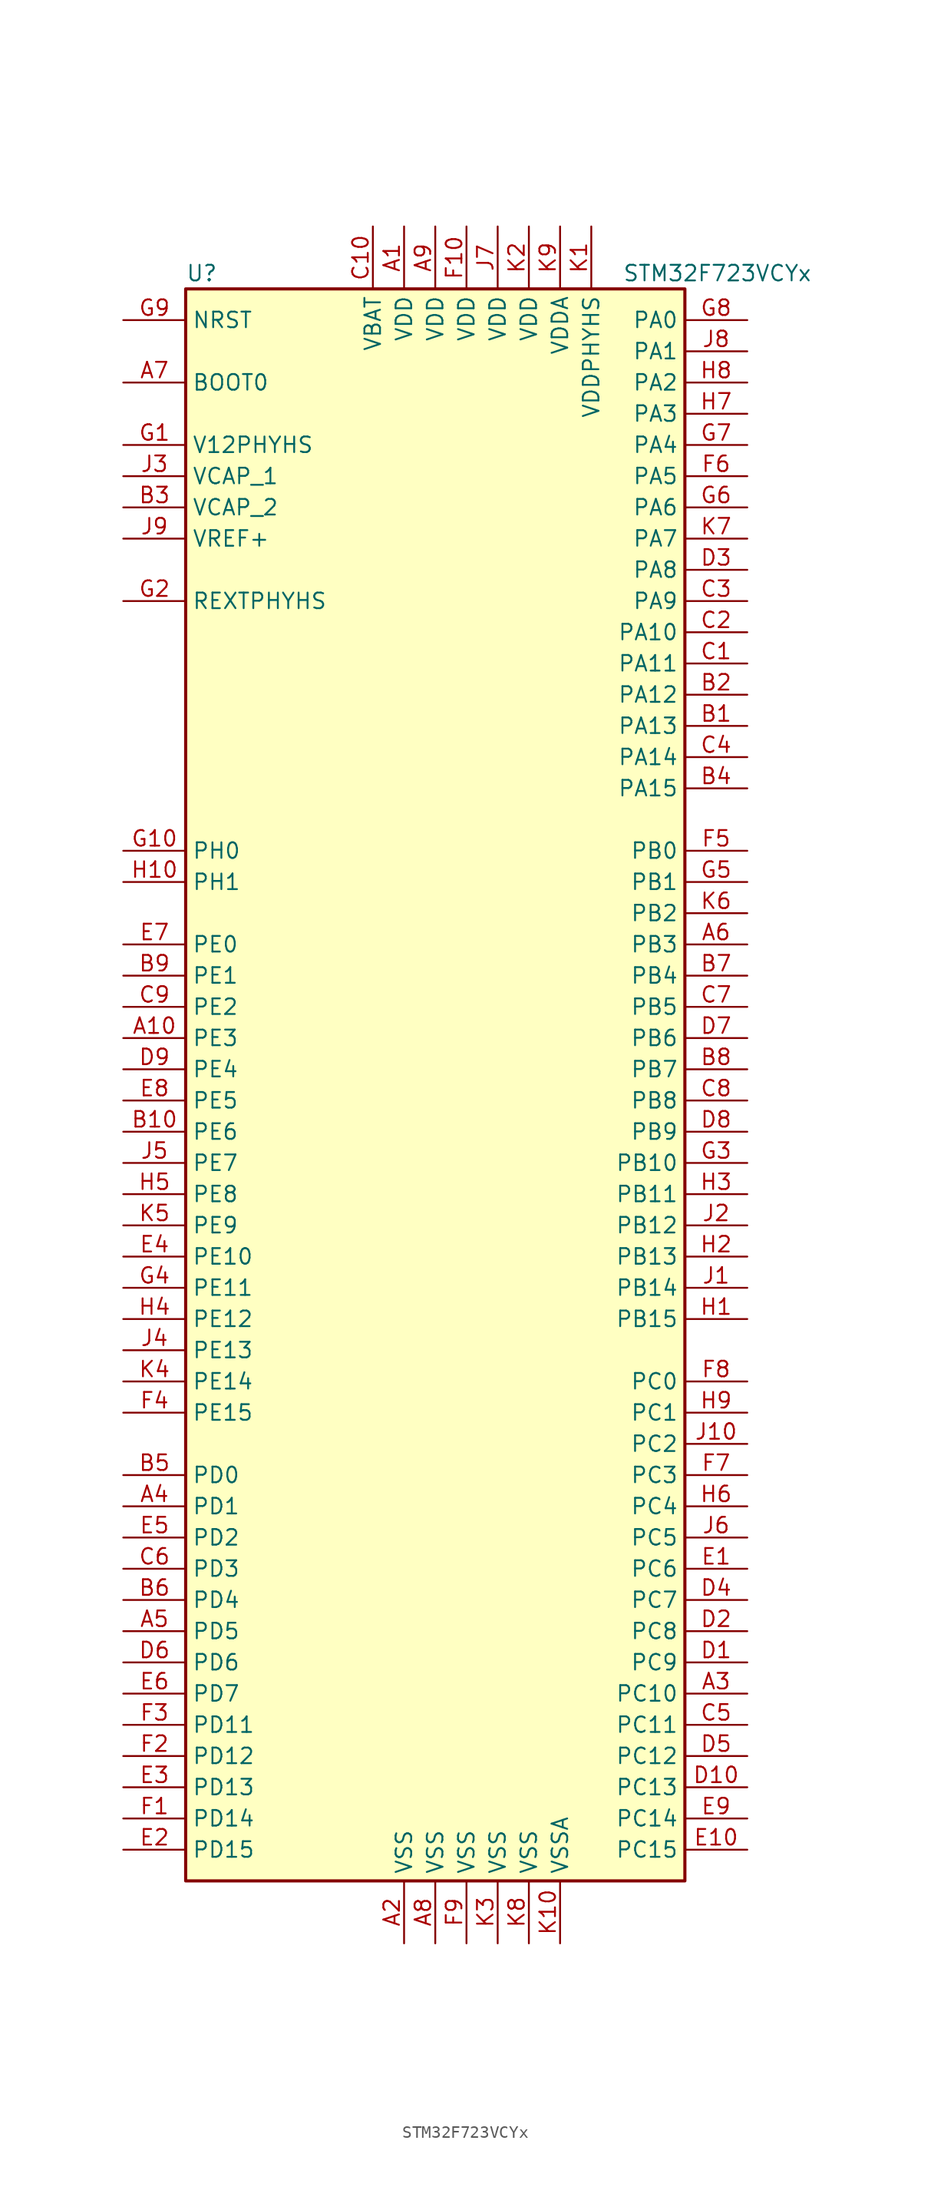
<source format=kicad_sym>
(kicad_symbol_lib
  (version 20211014)
  (generator kicad_symbol_editor)
  (symbol "STM32F723VCYx"
    (property "Reference" "U"
      (at -20.32 64.77 0)
      (effects (font (size 1.27 1.27)) (justify left)))
    (property "Value" "STM32F723VCYx"
      (at 15.24 64.77 0)
      (effects (font (size 1.27 1.27)) (justify left)))
    (symbol "STM32F723VCYx_0_1"
      (rectangle (start -20.32 -66.04) (end 20.32 63.5) (stroke (width 0.254) (type default) (color 0 0 0 0)) (fill (type background))))
    (symbol "STM32F723VCYx_1_1"
      (pin power_in line (at -2.54 68.58 270) (length 5.08) (name "VDD" (effects (font (size 1.27 1.27)))) (number "A1" (effects (font (size 1.27 1.27)))))
      (pin bidirectional line (at -25.4 2.54 0) (length 5.08) (name "PE3" (effects (font (size 1.27 1.27)))) (number "A10" (effects (font (size 1.27 1.27)))))
      (pin power_in line (at -2.54 -71.12 90) (length 5.08) (name "VSS" (effects (font (size 1.27 1.27)))) (number "A2" (effects (font (size 1.27 1.27)))))
      (pin bidirectional line (at 25.4 -50.8 180) (length 5.08) (name "PC10" (effects (font (size 1.27 1.27)))) (number "A3" (effects (font (size 1.27 1.27)))))
      (pin bidirectional line (at -25.4 -35.56 0) (length 5.08) (name "PD1" (effects (font (size 1.27 1.27)))) (number "A4" (effects (font (size 1.27 1.27)))))
      (pin bidirectional line (at -25.4 -45.72 0) (length 5.08) (name "PD5" (effects (font (size 1.27 1.27)))) (number "A5" (effects (font (size 1.27 1.27)))))
      (pin bidirectional line (at 25.4 10.16 180) (length 5.08) (name "PB3" (effects (font (size 1.27 1.27)))) (number "A6" (effects (font (size 1.27 1.27)))))
      (pin input line (at -25.4 55.88 0) (length 5.08) (name "BOOT0" (effects (font (size 1.27 1.27)))) (number "A7" (effects (font (size 1.27 1.27)))))
      (pin power_in line (at 0 -71.12 90) (length 5.08) (name "VSS" (effects (font (size 1.27 1.27)))) (number "A8" (effects (font (size 1.27 1.27)))))
      (pin power_in line (at 0 68.58 270) (length 5.08) (name "VDD" (effects (font (size 1.27 1.27)))) (number "A9" (effects (font (size 1.27 1.27)))))
      (pin bidirectional line (at 25.4 27.94 180) (length 5.08) (name "PA13" (effects (font (size 1.27 1.27)))) (number "B1" (effects (font (size 1.27 1.27)))))
      (pin bidirectional line (at -25.4 -5.08 0) (length 5.08) (name "PE6" (effects (font (size 1.27 1.27)))) (number "B10" (effects (font (size 1.27 1.27)))))
      (pin bidirectional line (at 25.4 30.48 180) (length 5.08) (name "PA12" (effects (font (size 1.27 1.27)))) (number "B2" (effects (font (size 1.27 1.27)))))
      (pin power_in line (at -25.4 45.72 0) (length 5.08) (name "VCAP_2" (effects (font (size 1.27 1.27)))) (number "B3" (effects (font (size 1.27 1.27)))))
      (pin bidirectional line (at 25.4 22.86 180) (length 5.08) (name "PA15" (effects (font (size 1.27 1.27)))) (number "B4" (effects (font (size 1.27 1.27)))))
      (pin bidirectional line (at -25.4 -33.02 0) (length 5.08) (name "PD0" (effects (font (size 1.27 1.27)))) (number "B5" (effects (font (size 1.27 1.27)))))
      (pin bidirectional line (at -25.4 -43.18 0) (length 5.08) (name "PD4" (effects (font (size 1.27 1.27)))) (number "B6" (effects (font (size 1.27 1.27)))))
      (pin bidirectional line (at 25.4 7.62 180) (length 5.08) (name "PB4" (effects (font (size 1.27 1.27)))) (number "B7" (effects (font (size 1.27 1.27)))))
      (pin bidirectional line (at 25.4 0 180) (length 5.08) (name "PB7" (effects (font (size 1.27 1.27)))) (number "B8" (effects (font (size 1.27 1.27)))))
      (pin bidirectional line (at -25.4 7.62 0) (length 5.08) (name "PE1" (effects (font (size 1.27 1.27)))) (number "B9" (effects (font (size 1.27 1.27)))))
      (pin bidirectional line (at 25.4 33.02 180) (length 5.08) (name "PA11" (effects (font (size 1.27 1.27)))) (number "C1" (effects (font (size 1.27 1.27)))))
      (pin power_in line (at -5.08 68.58 270) (length 5.08) (name "VBAT" (effects (font (size 1.27 1.27)))) (number "C10" (effects (font (size 1.27 1.27)))))
      (pin bidirectional line (at 25.4 35.56 180) (length 5.08) (name "PA10" (effects (font (size 1.27 1.27)))) (number "C2" (effects (font (size 1.27 1.27)))))
      (pin bidirectional line (at 25.4 38.1 180) (length 5.08) (name "PA9" (effects (font (size 1.27 1.27)))) (number "C3" (effects (font (size 1.27 1.27)))))
      (pin bidirectional line (at 25.4 25.4 180) (length 5.08) (name "PA14" (effects (font (size 1.27 1.27)))) (number "C4" (effects (font (size 1.27 1.27)))))
      (pin bidirectional line (at 25.4 -53.34 180) (length 5.08) (name "PC11" (effects (font (size 1.27 1.27)))) (number "C5" (effects (font (size 1.27 1.27)))))
      (pin bidirectional line (at -25.4 -40.64 0) (length 5.08) (name "PD3" (effects (font (size 1.27 1.27)))) (number "C6" (effects (font (size 1.27 1.27)))))
      (pin bidirectional line (at 25.4 5.08 180) (length 5.08) (name "PB5" (effects (font (size 1.27 1.27)))) (number "C7" (effects (font (size 1.27 1.27)))))
      (pin bidirectional line (at 25.4 -2.54 180) (length 5.08) (name "PB8" (effects (font (size 1.27 1.27)))) (number "C8" (effects (font (size 1.27 1.27)))))
      (pin bidirectional line (at -25.4 5.08 0) (length 5.08) (name "PE2" (effects (font (size 1.27 1.27)))) (number "C9" (effects (font (size 1.27 1.27)))))
      (pin bidirectional line (at 25.4 -48.26 180) (length 5.08) (name "PC9" (effects (font (size 1.27 1.27)))) (number "D1" (effects (font (size 1.27 1.27)))))
      (pin bidirectional line (at 25.4 -58.42 180) (length 5.08) (name "PC13" (effects (font (size 1.27 1.27)))) (number "D10" (effects (font (size 1.27 1.27)))))
      (pin bidirectional line (at 25.4 -45.72 180) (length 5.08) (name "PC8" (effects (font (size 1.27 1.27)))) (number "D2" (effects (font (size 1.27 1.27)))))
      (pin bidirectional line (at 25.4 40.64 180) (length 5.08) (name "PA8" (effects (font (size 1.27 1.27)))) (number "D3" (effects (font (size 1.27 1.27)))))
      (pin bidirectional line (at 25.4 -43.18 180) (length 5.08) (name "PC7" (effects (font (size 1.27 1.27)))) (number "D4" (effects (font (size 1.27 1.27)))))
      (pin bidirectional line (at 25.4 -55.88 180) (length 5.08) (name "PC12" (effects (font (size 1.27 1.27)))) (number "D5" (effects (font (size 1.27 1.27)))))
      (pin bidirectional line (at -25.4 -48.26 0) (length 5.08) (name "PD6" (effects (font (size 1.27 1.27)))) (number "D6" (effects (font (size 1.27 1.27)))))
      (pin bidirectional line (at 25.4 2.54 180) (length 5.08) (name "PB6" (effects (font (size 1.27 1.27)))) (number "D7" (effects (font (size 1.27 1.27)))))
      (pin bidirectional line (at 25.4 -5.08 180) (length 5.08) (name "PB9" (effects (font (size 1.27 1.27)))) (number "D8" (effects (font (size 1.27 1.27)))))
      (pin bidirectional line (at -25.4 0 0) (length 5.08) (name "PE4" (effects (font (size 1.27 1.27)))) (number "D9" (effects (font (size 1.27 1.27)))))
      (pin bidirectional line (at 25.4 -40.64 180) (length 5.08) (name "PC6" (effects (font (size 1.27 1.27)))) (number "E1" (effects (font (size 1.27 1.27)))))
      (pin bidirectional line (at 25.4 -63.5 180) (length 5.08) (name "PC15" (effects (font (size 1.27 1.27)))) (number "E10" (effects (font (size 1.27 1.27)))))
      (pin bidirectional line (at -25.4 -63.5 0) (length 5.08) (name "PD15" (effects (font (size 1.27 1.27)))) (number "E2" (effects (font (size 1.27 1.27)))))
      (pin bidirectional line (at -25.4 -58.42 0) (length 5.08) (name "PD13" (effects (font (size 1.27 1.27)))) (number "E3" (effects (font (size 1.27 1.27)))))
      (pin bidirectional line (at -25.4 -15.24 0) (length 5.08) (name "PE10" (effects (font (size 1.27 1.27)))) (number "E4" (effects (font (size 1.27 1.27)))))
      (pin bidirectional line (at -25.4 -38.1 0) (length 5.08) (name "PD2" (effects (font (size 1.27 1.27)))) (number "E5" (effects (font (size 1.27 1.27)))))
      (pin bidirectional line (at -25.4 -50.8 0) (length 5.08) (name "PD7" (effects (font (size 1.27 1.27)))) (number "E6" (effects (font (size 1.27 1.27)))))
      (pin bidirectional line (at -25.4 10.16 0) (length 5.08) (name "PE0" (effects (font (size 1.27 1.27)))) (number "E7" (effects (font (size 1.27 1.27)))))
      (pin bidirectional line (at -25.4 -2.54 0) (length 5.08) (name "PE5" (effects (font (size 1.27 1.27)))) (number "E8" (effects (font (size 1.27 1.27)))))
      (pin bidirectional line (at 25.4 -60.96 180) (length 5.08) (name "PC14" (effects (font (size 1.27 1.27)))) (number "E9" (effects (font (size 1.27 1.27)))))
      (pin bidirectional line (at -25.4 -60.96 0) (length 5.08) (name "PD14" (effects (font (size 1.27 1.27)))) (number "F1" (effects (font (size 1.27 1.27)))))
      (pin power_in line (at 2.54 68.58 270) (length 5.08) (name "VDD" (effects (font (size 1.27 1.27)))) (number "F10" (effects (font (size 1.27 1.27)))))
      (pin bidirectional line (at -25.4 -55.88 0) (length 5.08) (name "PD12" (effects (font (size 1.27 1.27)))) (number "F2" (effects (font (size 1.27 1.27)))))
      (pin bidirectional line (at -25.4 -53.34 0) (length 5.08) (name "PD11" (effects (font (size 1.27 1.27)))) (number "F3" (effects (font (size 1.27 1.27)))))
      (pin bidirectional line (at -25.4 -27.94 0) (length 5.08) (name "PE15" (effects (font (size 1.27 1.27)))) (number "F4" (effects (font (size 1.27 1.27)))))
      (pin bidirectional line (at 25.4 17.78 180) (length 5.08) (name "PB0" (effects (font (size 1.27 1.27)))) (number "F5" (effects (font (size 1.27 1.27)))))
      (pin bidirectional line (at 25.4 48.26 180) (length 5.08) (name "PA5" (effects (font (size 1.27 1.27)))) (number "F6" (effects (font (size 1.27 1.27)))))
      (pin bidirectional line (at 25.4 -33.02 180) (length 5.08) (name "PC3" (effects (font (size 1.27 1.27)))) (number "F7" (effects (font (size 1.27 1.27)))))
      (pin bidirectional line (at 25.4 -25.4 180) (length 5.08) (name "PC0" (effects (font (size 1.27 1.27)))) (number "F8" (effects (font (size 1.27 1.27)))))
      (pin power_in line (at 2.54 -71.12 90) (length 5.08) (name "VSS" (effects (font (size 1.27 1.27)))) (number "F9" (effects (font (size 1.27 1.27)))))
      (pin power_in line (at -25.4 50.8 0) (length 5.08) (name "V12PHYHS" (effects (font (size 1.27 1.27)))) (number "G1" (effects (font (size 1.27 1.27)))))
      (pin input line (at -25.4 17.78 0) (length 5.08) (name "PH0" (effects (font (size 1.27 1.27)))) (number "G10" (effects (font (size 1.27 1.27)))))
      (pin bidirectional line (at -25.4 38.1 0) (length 5.08) (name "REXTPHYHS" (effects (font (size 1.27 1.27)))) (number "G2" (effects (font (size 1.27 1.27)))))
      (pin bidirectional line (at 25.4 -7.62 180) (length 5.08) (name "PB10" (effects (font (size 1.27 1.27)))) (number "G3" (effects (font (size 1.27 1.27)))))
      (pin bidirectional line (at -25.4 -17.78 0) (length 5.08) (name "PE11" (effects (font (size 1.27 1.27)))) (number "G4" (effects (font (size 1.27 1.27)))))
      (pin bidirectional line (at 25.4 15.24 180) (length 5.08) (name "PB1" (effects (font (size 1.27 1.27)))) (number "G5" (effects (font (size 1.27 1.27)))))
      (pin bidirectional line (at 25.4 45.72 180) (length 5.08) (name "PA6" (effects (font (size 1.27 1.27)))) (number "G6" (effects (font (size 1.27 1.27)))))
      (pin bidirectional line (at 25.4 50.8 180) (length 5.08) (name "PA4" (effects (font (size 1.27 1.27)))) (number "G7" (effects (font (size 1.27 1.27)))))
      (pin bidirectional line (at 25.4 60.96 180) (length 5.08) (name "PA0" (effects (font (size 1.27 1.27)))) (number "G8" (effects (font (size 1.27 1.27)))))
      (pin input line (at -25.4 60.96 0) (length 5.08) (name "NRST" (effects (font (size 1.27 1.27)))) (number "G9" (effects (font (size 1.27 1.27)))))
      (pin bidirectional line (at 25.4 -20.32 180) (length 5.08) (name "PB15" (effects (font (size 1.27 1.27)))) (number "H1" (effects (font (size 1.27 1.27)))))
      (pin input line (at -25.4 15.24 0) (length 5.08) (name "PH1" (effects (font (size 1.27 1.27)))) (number "H10" (effects (font (size 1.27 1.27)))))
      (pin bidirectional line (at 25.4 -15.24 180) (length 5.08) (name "PB13" (effects (font (size 1.27 1.27)))) (number "H2" (effects (font (size 1.27 1.27)))))
      (pin bidirectional line (at 25.4 -10.16 180) (length 5.08) (name "PB11" (effects (font (size 1.27 1.27)))) (number "H3" (effects (font (size 1.27 1.27)))))
      (pin bidirectional line (at -25.4 -20.32 0) (length 5.08) (name "PE12" (effects (font (size 1.27 1.27)))) (number "H4" (effects (font (size 1.27 1.27)))))
      (pin bidirectional line (at -25.4 -10.16 0) (length 5.08) (name "PE8" (effects (font (size 1.27 1.27)))) (number "H5" (effects (font (size 1.27 1.27)))))
      (pin bidirectional line (at 25.4 -35.56 180) (length 5.08) (name "PC4" (effects (font (size 1.27 1.27)))) (number "H6" (effects (font (size 1.27 1.27)))))
      (pin bidirectional line (at 25.4 53.34 180) (length 5.08) (name "PA3" (effects (font (size 1.27 1.27)))) (number "H7" (effects (font (size 1.27 1.27)))))
      (pin bidirectional line (at 25.4 55.88 180) (length 5.08) (name "PA2" (effects (font (size 1.27 1.27)))) (number "H8" (effects (font (size 1.27 1.27)))))
      (pin bidirectional line (at 25.4 -27.94 180) (length 5.08) (name "PC1" (effects (font (size 1.27 1.27)))) (number "H9" (effects (font (size 1.27 1.27)))))
      (pin bidirectional line (at 25.4 -17.78 180) (length 5.08) (name "PB14" (effects (font (size 1.27 1.27)))) (number "J1" (effects (font (size 1.27 1.27)))))
      (pin bidirectional line (at 25.4 -30.48 180) (length 5.08) (name "PC2" (effects (font (size 1.27 1.27)))) (number "J10" (effects (font (size 1.27 1.27)))))
      (pin bidirectional line (at 25.4 -12.7 180) (length 5.08) (name "PB12" (effects (font (size 1.27 1.27)))) (number "J2" (effects (font (size 1.27 1.27)))))
      (pin power_in line (at -25.4 48.26 0) (length 5.08) (name "VCAP_1" (effects (font (size 1.27 1.27)))) (number "J3" (effects (font (size 1.27 1.27)))))
      (pin bidirectional line (at -25.4 -22.86 0) (length 5.08) (name "PE13" (effects (font (size 1.27 1.27)))) (number "J4" (effects (font (size 1.27 1.27)))))
      (pin bidirectional line (at -25.4 -7.62 0) (length 5.08) (name "PE7" (effects (font (size 1.27 1.27)))) (number "J5" (effects (font (size 1.27 1.27)))))
      (pin bidirectional line (at 25.4 -38.1 180) (length 5.08) (name "PC5" (effects (font (size 1.27 1.27)))) (number "J6" (effects (font (size 1.27 1.27)))))
      (pin power_in line (at 5.08 68.58 270) (length 5.08) (name "VDD" (effects (font (size 1.27 1.27)))) (number "J7" (effects (font (size 1.27 1.27)))))
      (pin bidirectional line (at 25.4 58.42 180) (length 5.08) (name "PA1" (effects (font (size 1.27 1.27)))) (number "J8" (effects (font (size 1.27 1.27)))))
      (pin power_in line (at -25.4 43.18 0) (length 5.08) (name "VREF+" (effects (font (size 1.27 1.27)))) (number "J9" (effects (font (size 1.27 1.27)))))
      (pin power_in line (at 12.7 68.58 270) (length 5.08) (name "VDDPHYHS" (effects (font (size 1.27 1.27)))) (number "K1" (effects (font (size 1.27 1.27)))))
      (pin power_in line (at 10.16 -71.12 90) (length 5.08) (name "VSSA" (effects (font (size 1.27 1.27)))) (number "K10" (effects (font (size 1.27 1.27)))))
      (pin power_in line (at 7.62 68.58 270) (length 5.08) (name "VDD" (effects (font (size 1.27 1.27)))) (number "K2" (effects (font (size 1.27 1.27)))))
      (pin power_in line (at 5.08 -71.12 90) (length 5.08) (name "VSS" (effects (font (size 1.27 1.27)))) (number "K3" (effects (font (size 1.27 1.27)))))
      (pin bidirectional line (at -25.4 -25.4 0) (length 5.08) (name "PE14" (effects (font (size 1.27 1.27)))) (number "K4" (effects (font (size 1.27 1.27)))))
      (pin bidirectional line (at -25.4 -12.7 0) (length 5.08) (name "PE9" (effects (font (size 1.27 1.27)))) (number "K5" (effects (font (size 1.27 1.27)))))
      (pin bidirectional line (at 25.4 12.7 180) (length 5.08) (name "PB2" (effects (font (size 1.27 1.27)))) (number "K6" (effects (font (size 1.27 1.27)))))
      (pin bidirectional line (at 25.4 43.18 180) (length 5.08) (name "PA7" (effects (font (size 1.27 1.27)))) (number "K7" (effects (font (size 1.27 1.27)))))
      (pin power_in line (at 7.62 -71.12 90) (length 5.08) (name "VSS" (effects (font (size 1.27 1.27)))) (number "K8" (effects (font (size 1.27 1.27)))))
      (pin power_in line (at 10.16 68.58 270) (length 5.08) (name "VDDA" (effects (font (size 1.27 1.27)))) (number "K9" (effects (font (size 1.27 1.27))))))))
</source>
